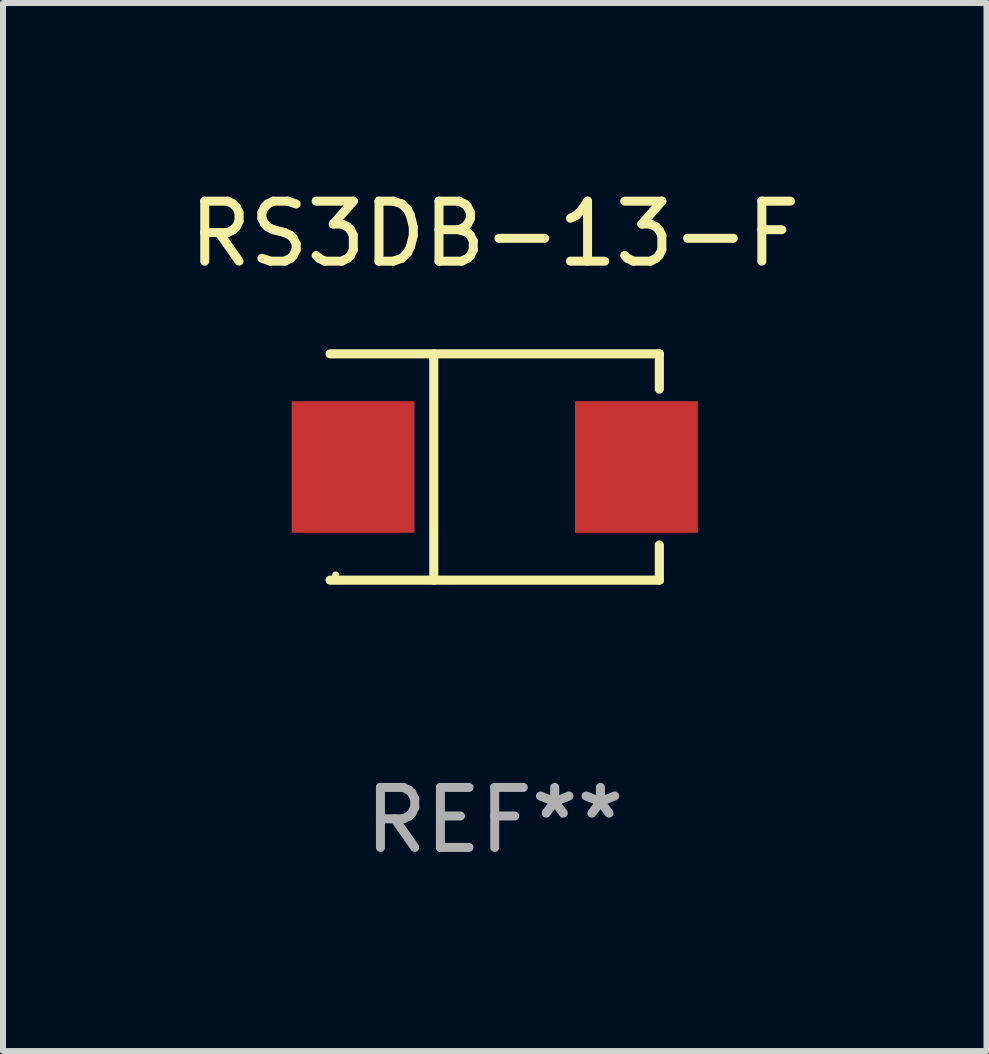
<source format=kicad_pcb>
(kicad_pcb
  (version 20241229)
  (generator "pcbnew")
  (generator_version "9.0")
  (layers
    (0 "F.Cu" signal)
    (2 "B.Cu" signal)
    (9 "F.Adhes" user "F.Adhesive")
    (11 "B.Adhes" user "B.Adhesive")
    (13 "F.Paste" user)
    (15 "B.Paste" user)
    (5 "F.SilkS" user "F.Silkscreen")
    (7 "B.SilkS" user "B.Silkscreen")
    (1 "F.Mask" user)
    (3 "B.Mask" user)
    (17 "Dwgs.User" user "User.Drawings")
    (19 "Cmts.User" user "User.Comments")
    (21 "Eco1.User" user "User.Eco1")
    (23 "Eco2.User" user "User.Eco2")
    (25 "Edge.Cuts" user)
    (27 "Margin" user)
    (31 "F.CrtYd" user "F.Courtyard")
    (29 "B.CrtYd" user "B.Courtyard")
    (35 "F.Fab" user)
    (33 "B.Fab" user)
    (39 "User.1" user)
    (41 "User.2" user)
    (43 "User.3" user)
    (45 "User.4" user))
  (footprint "RS3DB-13-F"
    (layer "F.Cu")
    (at 5.196 4.734)
    (property "Reference" "RS3DB-13-F" (at 0 -3.886 0) (layer "F.SilkS") (effects (font (size 1 1) (thickness 0.15))))
    (attr through_hole)
    (fp_line (start -2.744 -1.886) (end 2.744 -1.886) (stroke (width 0.152) (type solid)) (layer "F.SilkS"))
    (fp_line (start -2.744 1.886) (end 2.744 1.886) (stroke (width 0.152) (type solid)) (layer "F.SilkS"))
    (fp_line (start -1.016 -1.886) (end -1.016 1.886) (stroke (width 0.152) (type solid)) (layer "F.SilkS"))
    (fp_line (start 2.744 -1.886) (end 2.744 -1.299) (stroke (width 0.152) (type solid)) (layer "F.SilkS"))
    (fp_line (start 2.744 1.886) (end 2.744 1.299) (stroke (width 0.152) (type solid)) (layer "F.SilkS"))
    (fp_circle (center -2.65 1.8) (end -2.62 1.8) (stroke (width 0.06) (type solid)) (fill no) (layer "F.SilkS"))
    (fp_text user "REF**" (at 0 5.886 0) (layer "F.Fab") (effects (font (size 1 1) (thickness 0.15))))
    (pad "1" smd rect (at -2.361 0) (size 2.047 2.192) (layers "F.Cu" "F.Mask" "F.Paste"))
    (pad "2" smd rect (at 2.361 0) (size 2.047 2.192) (layers "F.Cu" "F.Mask" "F.Paste")))
  (gr_rect
    (start -3 -3)
    (end 13.393 14.469)
    (stroke (width 0.1) (type default))
    (fill no)
    (layer "Edge.Cuts")))
</source>
